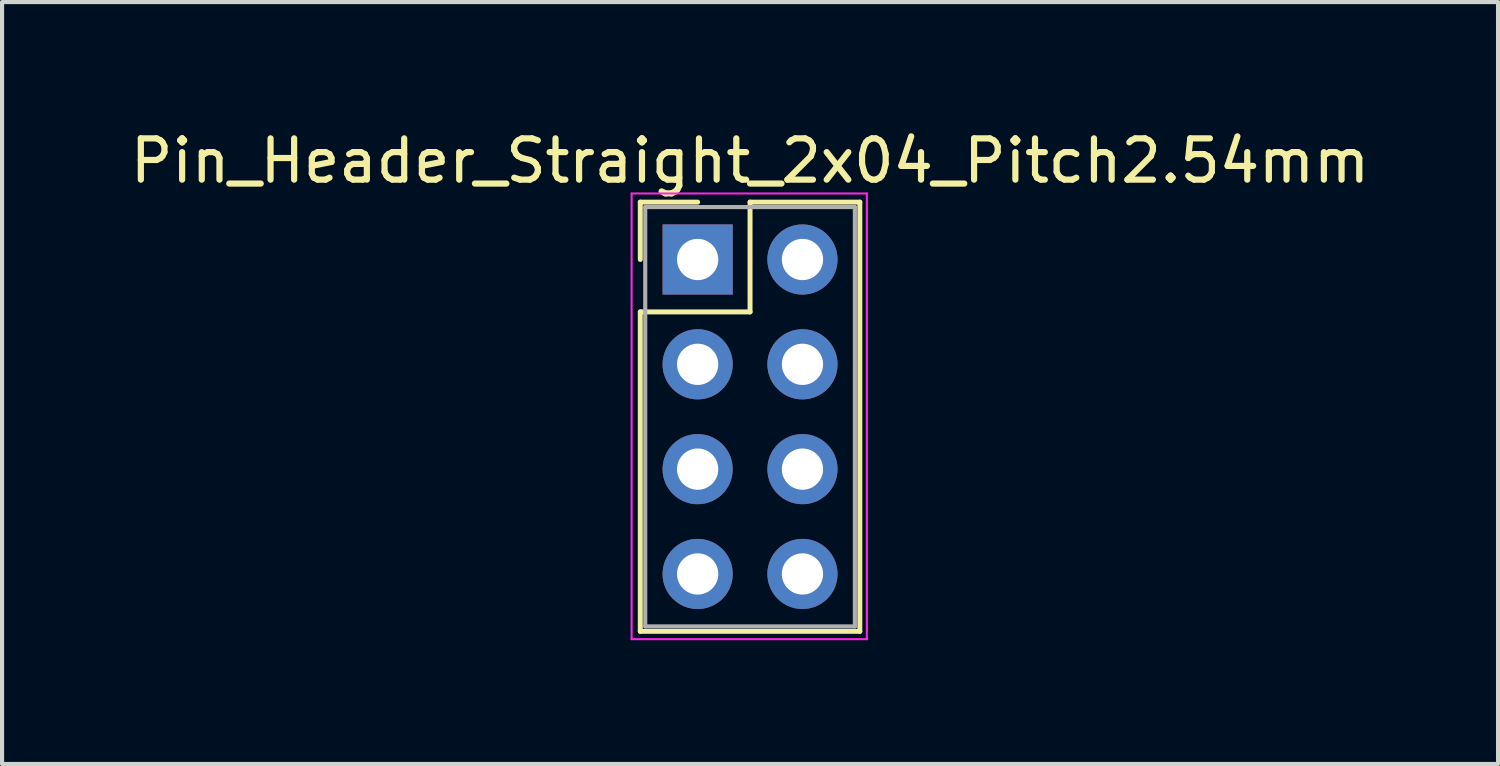
<source format=kicad_pcb>
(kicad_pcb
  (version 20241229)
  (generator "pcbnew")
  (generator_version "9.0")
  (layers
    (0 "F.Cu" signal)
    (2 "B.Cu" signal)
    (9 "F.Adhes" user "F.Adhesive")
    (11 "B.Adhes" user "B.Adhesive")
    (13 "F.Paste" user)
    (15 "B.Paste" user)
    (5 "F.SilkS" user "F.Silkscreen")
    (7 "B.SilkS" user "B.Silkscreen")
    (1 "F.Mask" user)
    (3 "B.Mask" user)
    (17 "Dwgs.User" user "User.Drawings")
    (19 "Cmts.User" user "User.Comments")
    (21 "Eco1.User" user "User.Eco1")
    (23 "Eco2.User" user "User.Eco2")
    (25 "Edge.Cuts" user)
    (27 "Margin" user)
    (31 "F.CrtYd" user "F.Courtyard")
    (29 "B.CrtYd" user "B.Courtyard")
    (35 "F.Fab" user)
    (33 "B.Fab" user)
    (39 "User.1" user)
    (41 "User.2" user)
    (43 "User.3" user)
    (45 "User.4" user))
  (footprint "Pin_Header_Straight_2x04_Pitch2.54mm"
    (layer "F.Cu")
    (at 15.125 7.048)
    (property "Reference" "Pin_Header_Straight_2x04_Pitch2.54mm" (at 0 -6.2 0) (layer "F.SilkS") (effects (font (size 1 1) (thickness 0.15))))
    (attr through_hole)
    (fp_line (start -2.66 -5.2) (end -1.27 -5.2) (stroke (width 0.12) (type solid)) (layer "F.SilkS"))
    (fp_line (start -2.66 -3.81) (end -2.66 -5.2) (stroke (width 0.12) (type solid)) (layer "F.SilkS"))
    (fp_line (start -2.66 -2.54) (end -2.66 5.2) (stroke (width 0.12) (type solid)) (layer "F.SilkS"))
    (fp_line (start -2.66 5.2) (end 2.66 5.2) (stroke (width 0.12) (type solid)) (layer "F.SilkS"))
    (fp_line (start 0 -5.2) (end 0 -2.54) (stroke (width 0.12) (type solid)) (layer "F.SilkS"))
    (fp_line (start 0 -2.54) (end -2.66 -2.54) (stroke (width 0.12) (type solid)) (layer "F.SilkS"))
    (fp_line (start 2.66 -5.2) (end 0 -5.2) (stroke (width 0.12) (type solid)) (layer "F.SilkS"))
    (fp_line (start 2.66 5.2) (end 2.66 -5.2) (stroke (width 0.12) (type solid)) (layer "F.SilkS"))
    (fp_line (start -2.87 -5.41) (end -2.87 5.39) (stroke (width 0.05) (type solid)) (layer "F.CrtYd"))
    (fp_line (start -2.87 5.39) (end 2.83 5.39) (stroke (width 0.05) (type solid)) (layer "F.CrtYd"))
    (fp_line (start 2.83 -5.41) (end -2.87 -5.41) (stroke (width 0.05) (type solid)) (layer "F.CrtYd"))
    (fp_line (start 2.83 5.39) (end 2.83 -5.41) (stroke (width 0.05) (type solid)) (layer "F.CrtYd"))
    (fp_line (start -2.54 -5.08) (end -2.54 5.08) (stroke (width 0.1) (type solid)) (layer "F.Fab"))
    (fp_line (start -2.54 5.08) (end 2.54 5.08) (stroke (width 0.1) (type solid)) (layer "F.Fab"))
    (fp_line (start 2.54 -5.08) (end -2.54 -5.08) (stroke (width 0.1) (type solid)) (layer "F.Fab"))
    (fp_line (start 2.54 5.08) (end 2.54 -5.08) (stroke (width 0.1) (type solid)) (layer "F.Fab"))
    (pad "1" thru_hole rect (at -1.27 -3.81) (size 1.7 1.7) (drill 1) (layers "*.Cu" "*.Mask"))
    (pad "2" thru_hole oval (at 1.27 -3.81) (size 1.7 1.7) (drill 1) (layers "*.Cu" "*.Mask"))
    (pad "3" thru_hole oval (at -1.27 -1.27) (size 1.7 1.7) (drill 1) (layers "*.Cu" "*.Mask"))
    (pad "4" thru_hole oval (at 1.27 -1.27) (size 1.7 1.7) (drill 1) (layers "*.Cu" "*.Mask"))
    (pad "5" thru_hole oval (at -1.27 1.27) (size 1.7 1.7) (drill 1) (layers "*.Cu" "*.Mask"))
    (pad "6" thru_hole oval (at 1.27 1.27) (size 1.7 1.7) (drill 1) (layers "*.Cu" "*.Mask"))
    (pad "7" thru_hole oval (at -1.27 3.81) (size 1.7 1.7) (drill 1) (layers "*.Cu" "*.Mask"))
    (pad "8" thru_hole oval (at 1.27 3.81) (size 1.7 1.7) (drill 1) (layers "*.Cu" "*.Mask")))
  (gr_rect
    (start -3 -3)
    (end 33.25 15.463)
    (stroke (width 0.1) (type default))
    (fill no)
    (layer "Edge.Cuts")))
</source>
